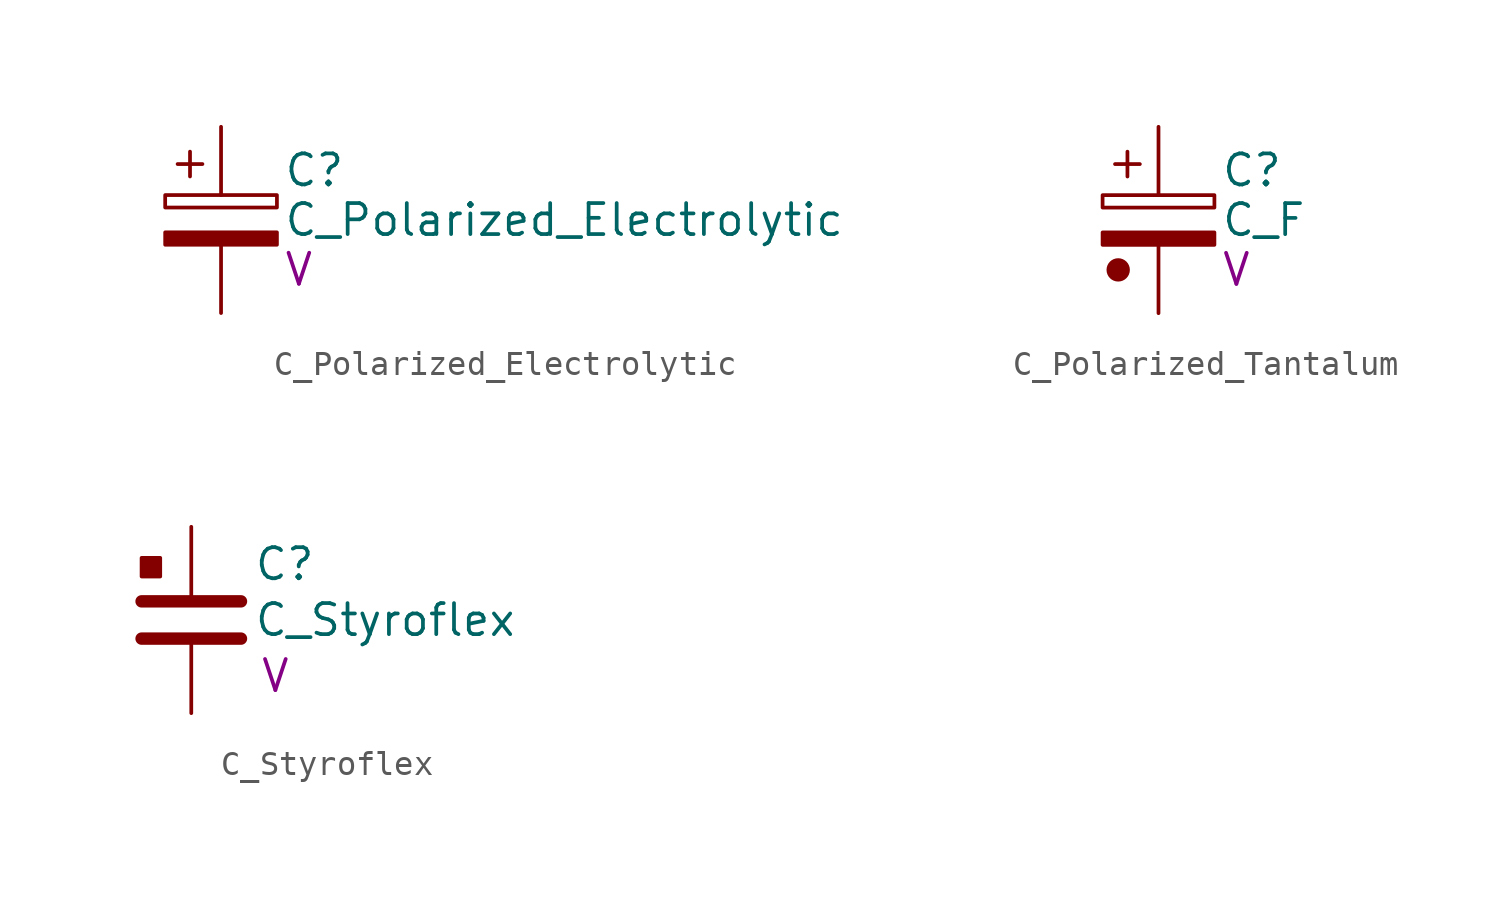
<source format=kicad_sym>
(kicad_symbol_lib
  (version 20241209)
  (generator "kicad_symbol_editor")
  (generator_version "9.0")
  (symbol "C_Polarized_Electrolytic"
    (pin_numbers
      (hide yes))
    (pin_names
      (offset 0.254))
    (property "Reference" "C"
      (at 2.54 2.032 0)
      (effects (font (size 1.27 1.27)) (justify left)))
    (property "Value" "C_Polarized_Electrolytic"
      (at 2.54 0 0)
      (effects (font (size 1.27 1.27)) (justify left)))
    (property "Voltage" "V"
      (at 2.54 -2.032 0)
      (effects (font (size 1.27 1.27)) (justify left)))
    (symbol "C_Polarized_Electrolytic_0_1"
      (rectangle (start -2.286 0.508) (end 2.286 1.016) (stroke (width 0) (type default)) (fill (type none)))
      (polyline (pts (xy -1.778 2.286) (xy -0.762 2.286)) (stroke (width 0) (type default)) (fill (type none)))
      (polyline (pts (xy -1.27 2.794) (xy -1.27 1.778)) (stroke (width 0) (type default)) (fill (type none)))
      (rectangle (start 2.286 -0.508) (end -2.286 -1.016) (stroke (width 0) (type default)) (fill (type outline))))
    (symbol "C_Polarized_Electrolytic_1_1"
      (pin passive line (at 0 3.81 270) (length 2.794) (name "~" (effects (font (size 1.27 1.27)))) (number "1" (effects (font (size 1.27 1.27)))))
      (pin passive line (at 0 -3.81 90) (length 2.794) (name "~" (effects (font (size 1.27 1.27)))) (number "2" (effects (font (size 1.27 1.27)))))))
  (symbol "C_Polarized_Tantalum"
    (pin_numbers
      (hide yes))
    (pin_names
      (offset 0.254))
    (property "Reference" "C"
      (at 2.54 2.032 0)
      (do_not_autoplace)
      (effects (font (size 1.27 1.27)) (justify left)))
    (property "Value" "C_F"
      (at 2.54 0 0)
      (do_not_autoplace)
      (effects (font (size 1.27 1.27)) (justify left)))
    (property "Voltage" "V"
      (at 2.54 -2.032 0)
      (do_not_autoplace)
      (effects (font (size 1.27 1.27)) (justify left)))
    (symbol "C_Polarized_Tantalum_0_1"
      (rectangle (start -2.286 0.508) (end 2.286 1.016) (stroke (width 0) (type default)) (fill (type none)))
      (polyline (pts (xy -1.778 2.286) (xy -0.762 2.286)) (stroke (width 0) (type default)) (fill (type none)))
      (circle (center -1.648 -2.04) (radius 0.401) (stroke (width 0) (type default)) (fill (type outline)))
      (polyline (pts (xy -1.27 2.794) (xy -1.27 1.778)) (stroke (width 0) (type default)) (fill (type none)))
      (rectangle (start 2.286 -0.508) (end -2.286 -1.016) (stroke (width 0) (type default)) (fill (type outline))))
    (symbol "C_Polarized_Tantalum_1_1"
      (pin passive line (at 0 3.81 270) (length 2.794) (name "~" (effects (font (size 1.27 1.27)))) (number "1" (effects (font (size 1.27 1.27)))))
      (pin passive line (at 0 -3.81 90) (length 2.794) (name "~" (effects (font (size 1.27 1.27)))) (number "2" (effects (font (size 1.27 1.27)))))))
  (symbol "C_Styroflex"
    (pin_numbers
      (hide yes))
    (pin_names
      (offset 0.254))
    (property "Reference" "C"
      (at 2.54 2.286 0)
      (do_not_autoplace)
      (effects (font (size 1.27 1.27)) (justify left)))
    (property "Value" "C_Styroflex"
      (at 2.54 0 0)
      (do_not_autoplace)
      (effects (font (size 1.27 1.27)) (justify left)))
    (property "Voltage" "V"
      (at 2.794 -2.286 0)
      (do_not_autoplace)
      (effects (font (size 1.27 1.27)) (justify left)))
    (symbol "C_Styroflex_0_1"
      (rectangle (start -2.032 2.54) (end -1.27 1.778) (stroke (width 0) (type default)) (fill (type outline)))
      (polyline (pts (xy -2.032 0.762) (xy 2.032 0.762)) (stroke (width 0.508) (type default)) (fill (type none)))
      (polyline (pts (xy -2.032 -0.762) (xy 2.032 -0.762)) (stroke (width 0.508) (type default)) (fill (type none))))
    (symbol "C_Styroflex_1_1"
      (pin passive line (at 0 3.81 270) (length 2.794) (name "~" (effects (font (size 1.27 1.27)))) (number "1" (effects (font (size 1.27 1.27)))))
      (pin passive line (at 0 -3.81 90) (length 2.794) (name "~" (effects (font (size 1.27 1.27)))) (number "2" (effects (font (size 1.27 1.27))))))))
</source>
